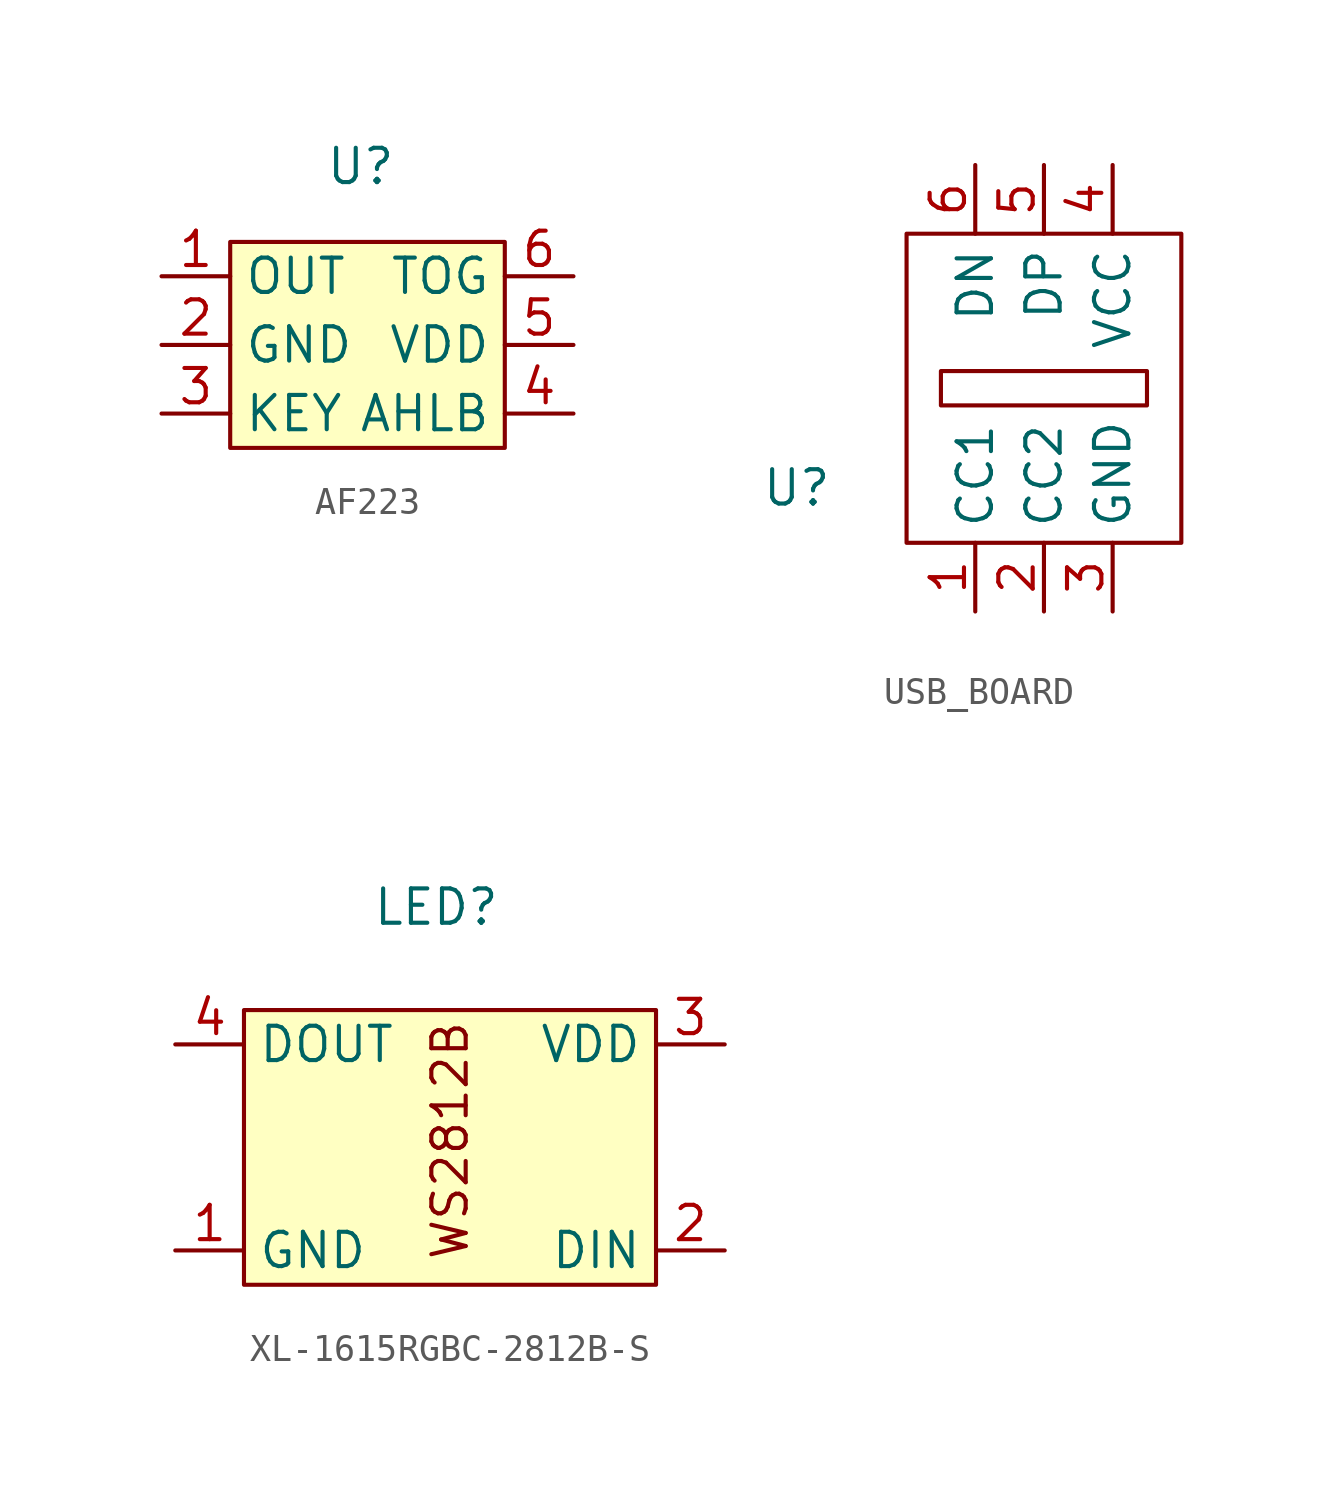
<source format=kicad_sym>
(kicad_symbol_lib
  (version 20241209)
  (generator "kicad_symbol_editor")
  (generator_version "9.0")
  (symbol "AF223"
    (property "Reference" "U"
      (at 1.016 4.064 0)
      (effects (font (size 1.27 1.27))))
    (property "Value" ""
      (at 0 0 0)
      (effects (font (size 1.27 1.27))))
    (symbol "AF223_1_1"
      (rectangle (start -3.81 1.27) (end 6.35 -6.35) (stroke (width 0) (type solid)) (fill (type background)))
      (pin input line (at -6.35 0 0) (length 2.54) (name "OUT" (effects (font (size 1.27 1.27)))) (number "1" (effects (font (size 1.27 1.27)))))
      (pin power_in line (at -6.35 -2.54 0) (length 2.54) (name "GND" (effects (font (size 1.27 1.27)))) (number "2" (effects (font (size 1.27 1.27)))))
      (pin input line (at -6.35 -5.08 0) (length 2.54) (name "KEY" (effects (font (size 1.27 1.27)))) (number "3" (effects (font (size 1.27 1.27)))))
      (pin input line (at 8.89 0 180) (length 2.54) (name "TOG" (effects (font (size 1.27 1.27)))) (number "6" (effects (font (size 1.27 1.27)))))
      (pin power_in line (at 8.89 -2.54 180) (length 2.54) (name "VDD" (effects (font (size 1.27 1.27)))) (number "5" (effects (font (size 1.27 1.27)))))
      (pin input line (at 8.89 -5.08 180) (length 2.54) (name "AHLB" (effects (font (size 1.27 1.27)))) (number "4" (effects (font (size 1.27 1.27)))))))
  (symbol "USB_BOARD"
    (property "Reference" "U"
      (at -9.144 -4.318 0)
      (effects (font (size 1.27 1.27))))
    (property "Value" ""
      (at 0 0 0)
      (effects (font (size 1.27 1.27))))
    (symbol "USB_BOARD_0_1"
      (rectangle (start -5.08 5.08) (end 5.08 -6.35) (stroke (width 0) (type default)) (fill (type none)))
      (rectangle (start -3.81 0) (end 3.81 -1.27) (stroke (width 0) (type default)) (fill (type none))))
    (symbol "USB_BOARD_1_1"
      (pin input line (at -2.54 7.62 270) (length 2.54) (name "DN" (effects (font (size 1.27 1.27)))) (number "6" (effects (font (size 1.27 1.27)))))
      (pin input line (at -2.54 -8.89 90) (length 2.54) (name "CC1" (effects (font (size 1.27 1.27)))) (number "1" (effects (font (size 1.27 1.27)))))
      (pin input line (at 0 7.62 270) (length 2.54) (name "DP" (effects (font (size 1.27 1.27)))) (number "5" (effects (font (size 1.27 1.27)))))
      (pin input line (at 0 -8.89 90) (length 2.54) (name "CC2" (effects (font (size 1.27 1.27)))) (number "2" (effects (font (size 1.27 1.27)))))
      (pin input line (at 2.54 7.62 270) (length 2.54) (name "VCC" (effects (font (size 1.27 1.27)))) (number "4" (effects (font (size 1.27 1.27)))))
      (pin input line (at 2.54 -8.89 90) (length 2.54) (name "GND" (effects (font (size 1.27 1.27)))) (number "3" (effects (font (size 1.27 1.27)))))))
  (symbol "XL-1615RGBC-2812B-S"
    (property "Reference" "LED"
      (at -0.508 8.89 0)
      (effects (font (size 1.27 1.27))))
    (property "Value" ""
      (at 0 0 0)
      (effects (font (size 1.27 1.27))))
    (symbol "XL-1615RGBC-2812B-S_1_1"
      (rectangle (start -7.62 5.08) (end 7.62 -5.08) (stroke (width 0) (type solid)) (fill (type background)))
      (text "WS2812B" (at 0 0.254 900) (effects (font (size 1.27 1.27))))
      (pin output line (at -10.16 3.81 0) (length 2.54) (name "DOUT" (effects (font (size 1.27 1.27)))) (number "4" (effects (font (size 1.27 1.27)))))
      (pin power_in line (at -10.16 -3.81 0) (length 2.54) (name "GND" (effects (font (size 1.27 1.27)))) (number "1" (effects (font (size 1.27 1.27)))))
      (pin power_in line (at 10.16 3.81 180) (length 2.54) (name "VDD" (effects (font (size 1.27 1.27)))) (number "3" (effects (font (size 1.27 1.27)))))
      (pin input line (at 10.16 -3.81 180) (length 2.54) (name "DIN" (effects (font (size 1.27 1.27)))) (number "2" (effects (font (size 1.27 1.27))))))))
</source>
